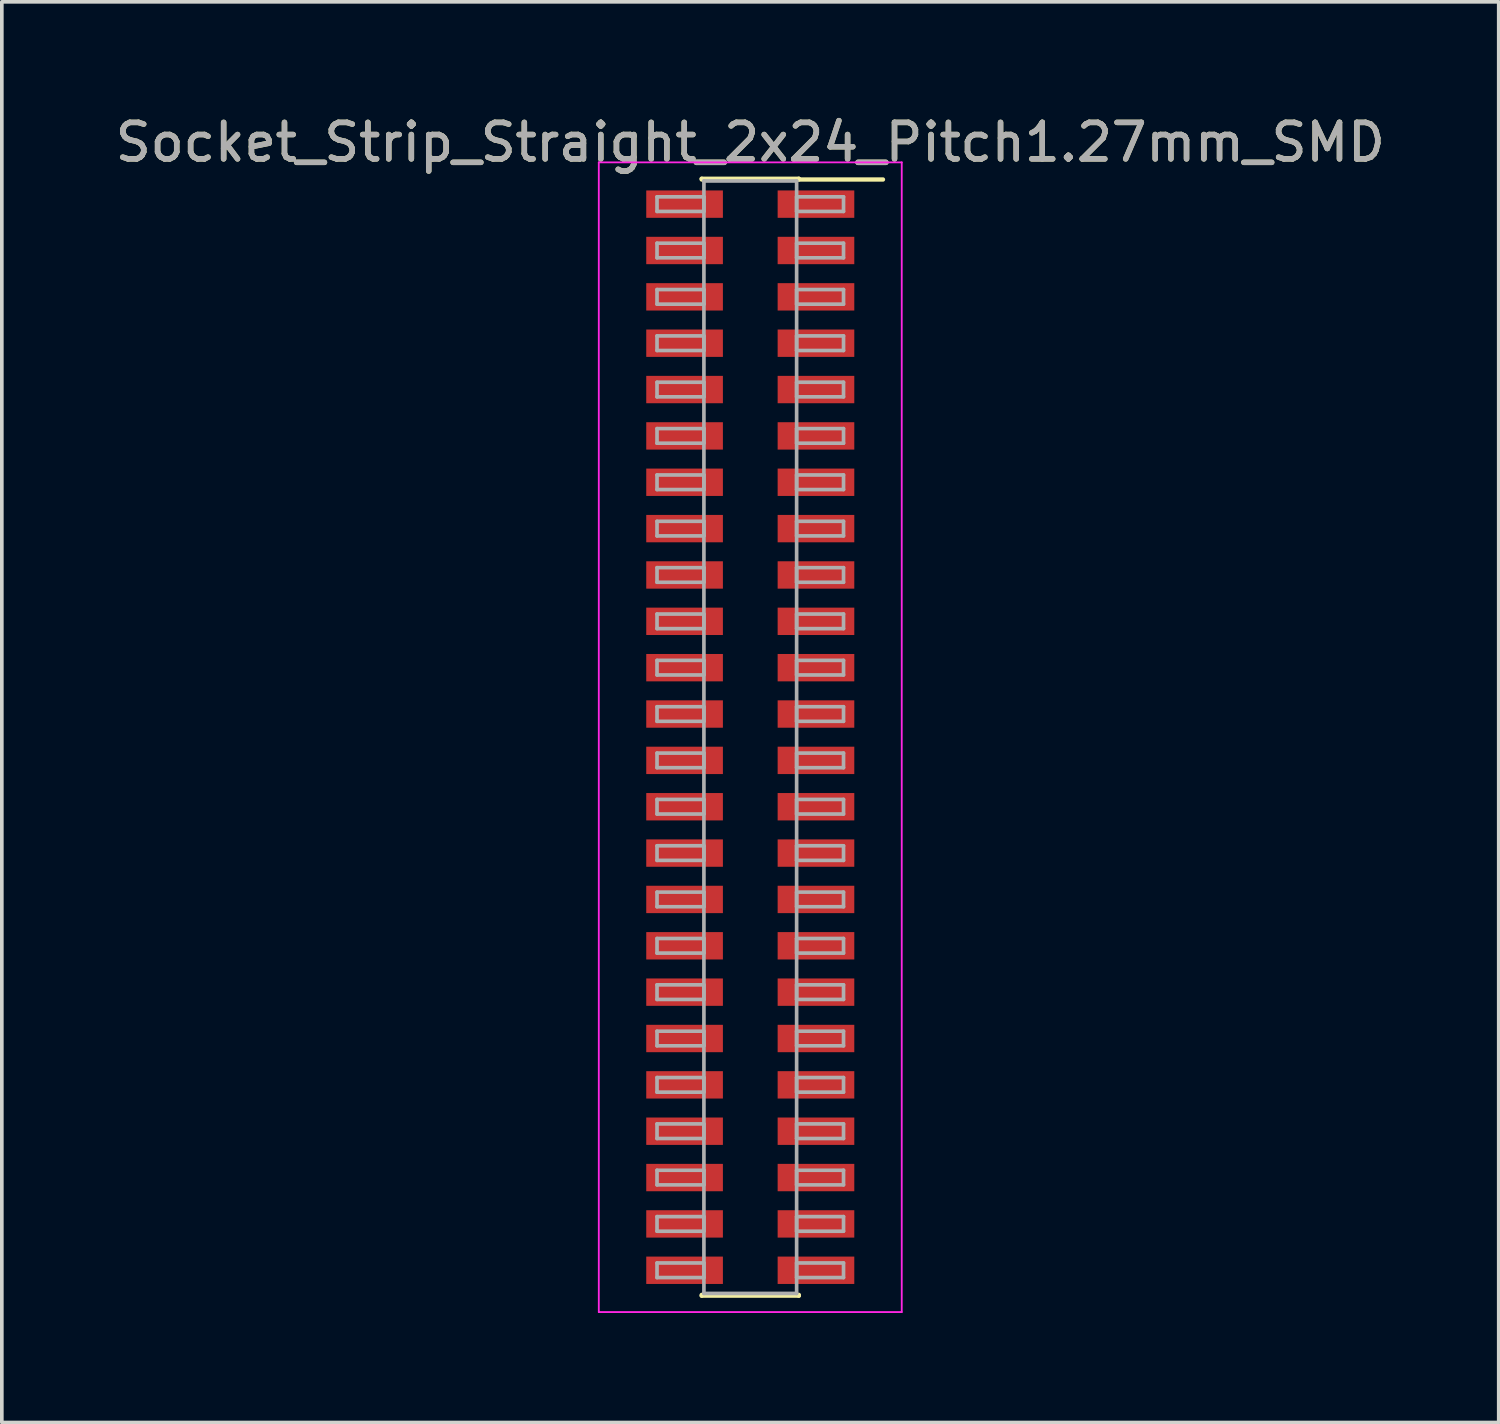
<source format=kicad_pcb>
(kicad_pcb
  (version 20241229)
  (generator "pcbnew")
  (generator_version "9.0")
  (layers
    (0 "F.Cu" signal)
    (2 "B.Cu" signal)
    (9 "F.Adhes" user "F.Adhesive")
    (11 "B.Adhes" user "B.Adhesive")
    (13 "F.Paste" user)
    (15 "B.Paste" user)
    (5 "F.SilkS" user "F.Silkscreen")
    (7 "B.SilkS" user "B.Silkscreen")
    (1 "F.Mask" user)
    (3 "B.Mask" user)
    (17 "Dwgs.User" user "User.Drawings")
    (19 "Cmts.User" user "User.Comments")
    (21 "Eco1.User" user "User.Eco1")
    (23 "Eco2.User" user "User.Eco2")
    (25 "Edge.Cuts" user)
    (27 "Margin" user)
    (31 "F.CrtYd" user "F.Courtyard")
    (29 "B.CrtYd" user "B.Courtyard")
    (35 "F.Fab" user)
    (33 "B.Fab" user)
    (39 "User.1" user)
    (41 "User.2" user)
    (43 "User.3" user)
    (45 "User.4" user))
  (footprint "Socket_Strip_Straight_2x24_Pitch1.27mm_SMD"
    (layer "F.Cu")
    (at 17.506 17.148)
    (property "Reference" "Socket_Strip_Straight_2x24_Pitch1.27mm_SMD" (at 0 -16.3 0) (layer "F.SilkS") (effects (font (size 1 1) (thickness 0.15))))
    (attr smd)
    (fp_line (start -1.33 -15.3) (end 1.33 -15.3) (stroke (width 0.12) (type solid)) (layer "F.SilkS"))
    (fp_line (start -1.33 -15.28) (end -1.33 -15.3) (stroke (width 0.12) (type solid)) (layer "F.SilkS"))
    (fp_line (start -1.33 15.28) (end -1.33 15.3) (stroke (width 0.12) (type solid)) (layer "F.SilkS"))
    (fp_line (start -1.33 15.3) (end 1.33 15.3) (stroke (width 0.12) (type solid)) (layer "F.SilkS"))
    (fp_line (start 1.33 -15.3) (end 1.33 -15.28) (stroke (width 0.12) (type solid)) (layer "F.SilkS"))
    (fp_line (start 1.33 15.3) (end 1.33 15.28) (stroke (width 0.12) (type solid)) (layer "F.SilkS"))
    (fp_line (start 3.635 -15.28) (end 1.33 -15.28) (stroke (width 0.12) (type solid)) (layer "F.SilkS"))
    (fp_line (start -4.15 -15.75) (end -4.15 15.75) (stroke (width 0.05) (type solid)) (layer "F.CrtYd"))
    (fp_line (start -4.15 15.75) (end 4.15 15.75) (stroke (width 0.05) (type solid)) (layer "F.CrtYd"))
    (fp_line (start 4.15 -15.75) (end -4.15 -15.75) (stroke (width 0.05) (type solid)) (layer "F.CrtYd"))
    (fp_line (start 4.15 15.75) (end 4.15 -15.75) (stroke (width 0.05) (type solid)) (layer "F.CrtYd"))
    (fp_line (start -2.555 -14.805) (end -1.27 -14.805) (stroke (width 0.1) (type solid)) (layer "F.Fab"))
    (fp_line (start -2.555 -14.405) (end -2.555 -14.805) (stroke (width 0.1) (type solid)) (layer "F.Fab"))
    (fp_line (start -2.555 -13.535) (end -1.27 -13.535) (stroke (width 0.1) (type solid)) (layer "F.Fab"))
    (fp_line (start -2.555 -13.135) (end -2.555 -13.535) (stroke (width 0.1) (type solid)) (layer "F.Fab"))
    (fp_line (start -2.555 -12.265) (end -1.27 -12.265) (stroke (width 0.1) (type solid)) (layer "F.Fab"))
    (fp_line (start -2.555 -11.865) (end -2.555 -12.265) (stroke (width 0.1) (type solid)) (layer "F.Fab"))
    (fp_line (start -2.555 -10.995) (end -1.27 -10.995) (stroke (width 0.1) (type solid)) (layer "F.Fab"))
    (fp_line (start -2.555 -10.595) (end -2.555 -10.995) (stroke (width 0.1) (type solid)) (layer "F.Fab"))
    (fp_line (start -2.555 -9.725) (end -1.27 -9.725) (stroke (width 0.1) (type solid)) (layer "F.Fab"))
    (fp_line (start -2.555 -9.325) (end -2.555 -9.725) (stroke (width 0.1) (type solid)) (layer "F.Fab"))
    (fp_line (start -2.555 -8.455) (end -1.27 -8.455) (stroke (width 0.1) (type solid)) (layer "F.Fab"))
    (fp_line (start -2.555 -8.055) (end -2.555 -8.455) (stroke (width 0.1) (type solid)) (layer "F.Fab"))
    (fp_line (start -2.555 -7.185) (end -1.27 -7.185) (stroke (width 0.1) (type solid)) (layer "F.Fab"))
    (fp_line (start -2.555 -6.785) (end -2.555 -7.185) (stroke (width 0.1) (type solid)) (layer "F.Fab"))
    (fp_line (start -2.555 -5.915) (end -1.27 -5.915) (stroke (width 0.1) (type solid)) (layer "F.Fab"))
    (fp_line (start -2.555 -5.515) (end -2.555 -5.915) (stroke (width 0.1) (type solid)) (layer "F.Fab"))
    (fp_line (start -2.555 -4.645) (end -1.27 -4.645) (stroke (width 0.1) (type solid)) (layer "F.Fab"))
    (fp_line (start -2.555 -4.245) (end -2.555 -4.645) (stroke (width 0.1) (type solid)) (layer "F.Fab"))
    (fp_line (start -2.555 -3.375) (end -1.27 -3.375) (stroke (width 0.1) (type solid)) (layer "F.Fab"))
    (fp_line (start -2.555 -2.975) (end -2.555 -3.375) (stroke (width 0.1) (type solid)) (layer "F.Fab"))
    (fp_line (start -2.555 -2.105) (end -1.27 -2.105) (stroke (width 0.1) (type solid)) (layer "F.Fab"))
    (fp_line (start -2.555 -1.705) (end -2.555 -2.105) (stroke (width 0.1) (type solid)) (layer "F.Fab"))
    (fp_line (start -2.555 -0.835) (end -1.27 -0.835) (stroke (width 0.1) (type solid)) (layer "F.Fab"))
    (fp_line (start -2.555 -0.435) (end -2.555 -0.835) (stroke (width 0.1) (type solid)) (layer "F.Fab"))
    (fp_line (start -2.555 0.435) (end -1.27 0.435) (stroke (width 0.1) (type solid)) (layer "F.Fab"))
    (fp_line (start -2.555 0.835) (end -2.555 0.435) (stroke (width 0.1) (type solid)) (layer "F.Fab"))
    (fp_line (start -2.555 1.705) (end -1.27 1.705) (stroke (width 0.1) (type solid)) (layer "F.Fab"))
    (fp_line (start -2.555 2.105) (end -2.555 1.705) (stroke (width 0.1) (type solid)) (layer "F.Fab"))
    (fp_line (start -2.555 2.975) (end -1.27 2.975) (stroke (width 0.1) (type solid)) (layer "F.Fab"))
    (fp_line (start -2.555 3.375) (end -2.555 2.975) (stroke (width 0.1) (type solid)) (layer "F.Fab"))
    (fp_line (start -2.555 4.245) (end -1.27 4.245) (stroke (width 0.1) (type solid)) (layer "F.Fab"))
    (fp_line (start -2.555 4.645) (end -2.555 4.245) (stroke (width 0.1) (type solid)) (layer "F.Fab"))
    (fp_line (start -2.555 5.515) (end -1.27 5.515) (stroke (width 0.1) (type solid)) (layer "F.Fab"))
    (fp_line (start -2.555 5.915) (end -2.555 5.515) (stroke (width 0.1) (type solid)) (layer "F.Fab"))
    (fp_line (start -2.555 6.785) (end -1.27 6.785) (stroke (width 0.1) (type solid)) (layer "F.Fab"))
    (fp_line (start -2.555 7.185) (end -2.555 6.785) (stroke (width 0.1) (type solid)) (layer "F.Fab"))
    (fp_line (start -2.555 8.055) (end -1.27 8.055) (stroke (width 0.1) (type solid)) (layer "F.Fab"))
    (fp_line (start -2.555 8.455) (end -2.555 8.055) (stroke (width 0.1) (type solid)) (layer "F.Fab"))
    (fp_line (start -2.555 9.325) (end -1.27 9.325) (stroke (width 0.1) (type solid)) (layer "F.Fab"))
    (fp_line (start -2.555 9.725) (end -2.555 9.325) (stroke (width 0.1) (type solid)) (layer "F.Fab"))
    (fp_line (start -2.555 10.595) (end -1.27 10.595) (stroke (width 0.1) (type solid)) (layer "F.Fab"))
    (fp_line (start -2.555 10.995) (end -2.555 10.595) (stroke (width 0.1) (type solid)) (layer "F.Fab"))
    (fp_line (start -2.555 11.865) (end -1.27 11.865) (stroke (width 0.1) (type solid)) (layer "F.Fab"))
    (fp_line (start -2.555 12.265) (end -2.555 11.865) (stroke (width 0.1) (type solid)) (layer "F.Fab"))
    (fp_line (start -2.555 13.135) (end -1.27 13.135) (stroke (width 0.1) (type solid)) (layer "F.Fab"))
    (fp_line (start -2.555 13.535) (end -2.555 13.135) (stroke (width 0.1) (type solid)) (layer "F.Fab"))
    (fp_line (start -2.555 14.405) (end -1.27 14.405) (stroke (width 0.1) (type solid)) (layer "F.Fab"))
    (fp_line (start -2.555 14.805) (end -2.555 14.405) (stroke (width 0.1) (type solid)) (layer "F.Fab"))
    (fp_line (start -1.27 -15.24) (end -1.27 15.24) (stroke (width 0.1) (type solid)) (layer "F.Fab"))
    (fp_line (start -1.27 -14.805) (end -1.27 -14.405) (stroke (width 0.1) (type solid)) (layer "F.Fab"))
    (fp_line (start -1.27 -14.405) (end -2.555 -14.405) (stroke (width 0.1) (type solid)) (layer "F.Fab"))
    (fp_line (start -1.27 -13.535) (end -1.27 -13.135) (stroke (width 0.1) (type solid)) (layer "F.Fab"))
    (fp_line (start -1.27 -13.135) (end -2.555 -13.135) (stroke (width 0.1) (type solid)) (layer "F.Fab"))
    (fp_line (start -1.27 -12.265) (end -1.27 -11.865) (stroke (width 0.1) (type solid)) (layer "F.Fab"))
    (fp_line (start -1.27 -11.865) (end -2.555 -11.865) (stroke (width 0.1) (type solid)) (layer "F.Fab"))
    (fp_line (start -1.27 -10.995) (end -1.27 -10.595) (stroke (width 0.1) (type solid)) (layer "F.Fab"))
    (fp_line (start -1.27 -10.595) (end -2.555 -10.595) (stroke (width 0.1) (type solid)) (layer "F.Fab"))
    (fp_line (start -1.27 -9.725) (end -1.27 -9.325) (stroke (width 0.1) (type solid)) (layer "F.Fab"))
    (fp_line (start -1.27 -9.325) (end -2.555 -9.325) (stroke (width 0.1) (type solid)) (layer "F.Fab"))
    (fp_line (start -1.27 -8.455) (end -1.27 -8.055) (stroke (width 0.1) (type solid)) (layer "F.Fab"))
    (fp_line (start -1.27 -8.055) (end -2.555 -8.055) (stroke (width 0.1) (type solid)) (layer "F.Fab"))
    (fp_line (start -1.27 -7.185) (end -1.27 -6.785) (stroke (width 0.1) (type solid)) (layer "F.Fab"))
    (fp_line (start -1.27 -6.785) (end -2.555 -6.785) (stroke (width 0.1) (type solid)) (layer "F.Fab"))
    (fp_line (start -1.27 -5.915) (end -1.27 -5.515) (stroke (width 0.1) (type solid)) (layer "F.Fab"))
    (fp_line (start -1.27 -5.515) (end -2.555 -5.515) (stroke (width 0.1) (type solid)) (layer "F.Fab"))
    (fp_line (start -1.27 -4.645) (end -1.27 -4.245) (stroke (width 0.1) (type solid)) (layer "F.Fab"))
    (fp_line (start -1.27 -4.245) (end -2.555 -4.245) (stroke (width 0.1) (type solid)) (layer "F.Fab"))
    (fp_line (start -1.27 -3.375) (end -1.27 -2.975) (stroke (width 0.1) (type solid)) (layer "F.Fab"))
    (fp_line (start -1.27 -2.975) (end -2.555 -2.975) (stroke (width 0.1) (type solid)) (layer "F.Fab"))
    (fp_line (start -1.27 -2.105) (end -1.27 -1.705) (stroke (width 0.1) (type solid)) (layer "F.Fab"))
    (fp_line (start -1.27 -1.705) (end -2.555 -1.705) (stroke (width 0.1) (type solid)) (layer "F.Fab"))
    (fp_line (start -1.27 -0.835) (end -1.27 -0.435) (stroke (width 0.1) (type solid)) (layer "F.Fab"))
    (fp_line (start -1.27 -0.435) (end -2.555 -0.435) (stroke (width 0.1) (type solid)) (layer "F.Fab"))
    (fp_line (start -1.27 0.435) (end -1.27 0.835) (stroke (width 0.1) (type solid)) (layer "F.Fab"))
    (fp_line (start -1.27 0.835) (end -2.555 0.835) (stroke (width 0.1) (type solid)) (layer "F.Fab"))
    (fp_line (start -1.27 1.705) (end -1.27 2.105) (stroke (width 0.1) (type solid)) (layer "F.Fab"))
    (fp_line (start -1.27 2.105) (end -2.555 2.105) (stroke (width 0.1) (type solid)) (layer "F.Fab"))
    (fp_line (start -1.27 2.975) (end -1.27 3.375) (stroke (width 0.1) (type solid)) (layer "F.Fab"))
    (fp_line (start -1.27 3.375) (end -2.555 3.375) (stroke (width 0.1) (type solid)) (layer "F.Fab"))
    (fp_line (start -1.27 4.245) (end -1.27 4.645) (stroke (width 0.1) (type solid)) (layer "F.Fab"))
    (fp_line (start -1.27 4.645) (end -2.555 4.645) (stroke (width 0.1) (type solid)) (layer "F.Fab"))
    (fp_line (start -1.27 5.515) (end -1.27 5.915) (stroke (width 0.1) (type solid)) (layer "F.Fab"))
    (fp_line (start -1.27 5.915) (end -2.555 5.915) (stroke (width 0.1) (type solid)) (layer "F.Fab"))
    (fp_line (start -1.27 6.785) (end -1.27 7.185) (stroke (width 0.1) (type solid)) (layer "F.Fab"))
    (fp_line (start -1.27 7.185) (end -2.555 7.185) (stroke (width 0.1) (type solid)) (layer "F.Fab"))
    (fp_line (start -1.27 8.055) (end -1.27 8.455) (stroke (width 0.1) (type solid)) (layer "F.Fab"))
    (fp_line (start -1.27 8.455) (end -2.555 8.455) (stroke (width 0.1) (type solid)) (layer "F.Fab"))
    (fp_line (start -1.27 9.325) (end -1.27 9.725) (stroke (width 0.1) (type solid)) (layer "F.Fab"))
    (fp_line (start -1.27 9.725) (end -2.555 9.725) (stroke (width 0.1) (type solid)) (layer "F.Fab"))
    (fp_line (start -1.27 10.595) (end -1.27 10.995) (stroke (width 0.1) (type solid)) (layer "F.Fab"))
    (fp_line (start -1.27 10.995) (end -2.555 10.995) (stroke (width 0.1) (type solid)) (layer "F.Fab"))
    (fp_line (start -1.27 11.865) (end -1.27 12.265) (stroke (width 0.1) (type solid)) (layer "F.Fab"))
    (fp_line (start -1.27 12.265) (end -2.555 12.265) (stroke (width 0.1) (type solid)) (layer "F.Fab"))
    (fp_line (start -1.27 13.135) (end -1.27 13.535) (stroke (width 0.1) (type solid)) (layer "F.Fab"))
    (fp_line (start -1.27 13.535) (end -2.555 13.535) (stroke (width 0.1) (type solid)) (layer "F.Fab"))
    (fp_line (start -1.27 14.405) (end -1.27 14.805) (stroke (width 0.1) (type solid)) (layer "F.Fab"))
    (fp_line (start -1.27 14.805) (end -2.555 14.805) (stroke (width 0.1) (type solid)) (layer "F.Fab"))
    (fp_line (start -1.27 15.24) (end 1.27 15.24) (stroke (width 0.1) (type solid)) (layer "F.Fab"))
    (fp_line (start 1.27 -15.24) (end -1.27 -15.24) (stroke (width 0.1) (type solid)) (layer "F.Fab"))
    (fp_line (start 1.27 -14.805) (end 1.27 -14.405) (stroke (width 0.1) (type solid)) (layer "F.Fab"))
    (fp_line (start 1.27 -14.405) (end 2.555 -14.405) (stroke (width 0.1) (type solid)) (layer "F.Fab"))
    (fp_line (start 1.27 -13.535) (end 1.27 -13.135) (stroke (width 0.1) (type solid)) (layer "F.Fab"))
    (fp_line (start 1.27 -13.135) (end 2.555 -13.135) (stroke (width 0.1) (type solid)) (layer "F.Fab"))
    (fp_line (start 1.27 -12.265) (end 1.27 -11.865) (stroke (width 0.1) (type solid)) (layer "F.Fab"))
    (fp_line (start 1.27 -11.865) (end 2.555 -11.865) (stroke (width 0.1) (type solid)) (layer "F.Fab"))
    (fp_line (start 1.27 -10.995) (end 1.27 -10.595) (stroke (width 0.1) (type solid)) (layer "F.Fab"))
    (fp_line (start 1.27 -10.595) (end 2.555 -10.595) (stroke (width 0.1) (type solid)) (layer "F.Fab"))
    (fp_line (start 1.27 -9.725) (end 1.27 -9.325) (stroke (width 0.1) (type solid)) (layer "F.Fab"))
    (fp_line (start 1.27 -9.325) (end 2.555 -9.325) (stroke (width 0.1) (type solid)) (layer "F.Fab"))
    (fp_line (start 1.27 -8.455) (end 1.27 -8.055) (stroke (width 0.1) (type solid)) (layer "F.Fab"))
    (fp_line (start 1.27 -8.055) (end 2.555 -8.055) (stroke (width 0.1) (type solid)) (layer "F.Fab"))
    (fp_line (start 1.27 -7.185) (end 1.27 -6.785) (stroke (width 0.1) (type solid)) (layer "F.Fab"))
    (fp_line (start 1.27 -6.785) (end 2.555 -6.785) (stroke (width 0.1) (type solid)) (layer "F.Fab"))
    (fp_line (start 1.27 -5.915) (end 1.27 -5.515) (stroke (width 0.1) (type solid)) (layer "F.Fab"))
    (fp_line (start 1.27 -5.515) (end 2.555 -5.515) (stroke (width 0.1) (type solid)) (layer "F.Fab"))
    (fp_line (start 1.27 -4.645) (end 1.27 -4.245) (stroke (width 0.1) (type solid)) (layer "F.Fab"))
    (fp_line (start 1.27 -4.245) (end 2.555 -4.245) (stroke (width 0.1) (type solid)) (layer "F.Fab"))
    (fp_line (start 1.27 -3.375) (end 1.27 -2.975) (stroke (width 0.1) (type solid)) (layer "F.Fab"))
    (fp_line (start 1.27 -2.975) (end 2.555 -2.975) (stroke (width 0.1) (type solid)) (layer "F.Fab"))
    (fp_line (start 1.27 -2.105) (end 1.27 -1.705) (stroke (width 0.1) (type solid)) (layer "F.Fab"))
    (fp_line (start 1.27 -1.705) (end 2.555 -1.705) (stroke (width 0.1) (type solid)) (layer "F.Fab"))
    (fp_line (start 1.27 -0.835) (end 1.27 -0.435) (stroke (width 0.1) (type solid)) (layer "F.Fab"))
    (fp_line (start 1.27 -0.435) (end 2.555 -0.435) (stroke (width 0.1) (type solid)) (layer "F.Fab"))
    (fp_line (start 1.27 0.435) (end 1.27 0.835) (stroke (width 0.1) (type solid)) (layer "F.Fab"))
    (fp_line (start 1.27 0.835) (end 2.555 0.835) (stroke (width 0.1) (type solid)) (layer "F.Fab"))
    (fp_line (start 1.27 1.705) (end 1.27 2.105) (stroke (width 0.1) (type solid)) (layer "F.Fab"))
    (fp_line (start 1.27 2.105) (end 2.555 2.105) (stroke (width 0.1) (type solid)) (layer "F.Fab"))
    (fp_line (start 1.27 2.975) (end 1.27 3.375) (stroke (width 0.1) (type solid)) (layer "F.Fab"))
    (fp_line (start 1.27 3.375) (end 2.555 3.375) (stroke (width 0.1) (type solid)) (layer "F.Fab"))
    (fp_line (start 1.27 4.245) (end 1.27 4.645) (stroke (width 0.1) (type solid)) (layer "F.Fab"))
    (fp_line (start 1.27 4.645) (end 2.555 4.645) (stroke (width 0.1) (type solid)) (layer "F.Fab"))
    (fp_line (start 1.27 5.515) (end 1.27 5.915) (stroke (width 0.1) (type solid)) (layer "F.Fab"))
    (fp_line (start 1.27 5.915) (end 2.555 5.915) (stroke (width 0.1) (type solid)) (layer "F.Fab"))
    (fp_line (start 1.27 6.785) (end 1.27 7.185) (stroke (width 0.1) (type solid)) (layer "F.Fab"))
    (fp_line (start 1.27 7.185) (end 2.555 7.185) (stroke (width 0.1) (type solid)) (layer "F.Fab"))
    (fp_line (start 1.27 8.055) (end 1.27 8.455) (stroke (width 0.1) (type solid)) (layer "F.Fab"))
    (fp_line (start 1.27 8.455) (end 2.555 8.455) (stroke (width 0.1) (type solid)) (layer "F.Fab"))
    (fp_line (start 1.27 9.325) (end 1.27 9.725) (stroke (width 0.1) (type solid)) (layer "F.Fab"))
    (fp_line (start 1.27 9.725) (end 2.555 9.725) (stroke (width 0.1) (type solid)) (layer "F.Fab"))
    (fp_line (start 1.27 10.595) (end 1.27 10.995) (stroke (width 0.1) (type solid)) (layer "F.Fab"))
    (fp_line (start 1.27 10.995) (end 2.555 10.995) (stroke (width 0.1) (type solid)) (layer "F.Fab"))
    (fp_line (start 1.27 11.865) (end 1.27 12.265) (stroke (width 0.1) (type solid)) (layer "F.Fab"))
    (fp_line (start 1.27 12.265) (end 2.555 12.265) (stroke (width 0.1) (type solid)) (layer "F.Fab"))
    (fp_line (start 1.27 13.135) (end 1.27 13.535) (stroke (width 0.1) (type solid)) (layer "F.Fab"))
    (fp_line (start 1.27 13.535) (end 2.555 13.535) (stroke (width 0.1) (type solid)) (layer "F.Fab"))
    (fp_line (start 1.27 14.405) (end 1.27 14.805) (stroke (width 0.1) (type solid)) (layer "F.Fab"))
    (fp_line (start 1.27 14.805) (end 2.555 14.805) (stroke (width 0.1) (type solid)) (layer "F.Fab"))
    (fp_line (start 1.27 15.24) (end 1.27 -15.24) (stroke (width 0.1) (type solid)) (layer "F.Fab"))
    (fp_line (start 2.555 -14.805) (end 1.27 -14.805) (stroke (width 0.1) (type solid)) (layer "F.Fab"))
    (fp_line (start 2.555 -14.405) (end 2.555 -14.805) (stroke (width 0.1) (type solid)) (layer "F.Fab"))
    (fp_line (start 2.555 -13.535) (end 1.27 -13.535) (stroke (width 0.1) (type solid)) (layer "F.Fab"))
    (fp_line (start 2.555 -13.135) (end 2.555 -13.535) (stroke (width 0.1) (type solid)) (layer "F.Fab"))
    (fp_line (start 2.555 -12.265) (end 1.27 -12.265) (stroke (width 0.1) (type solid)) (layer "F.Fab"))
    (fp_line (start 2.555 -11.865) (end 2.555 -12.265) (stroke (width 0.1) (type solid)) (layer "F.Fab"))
    (fp_line (start 2.555 -10.995) (end 1.27 -10.995) (stroke (width 0.1) (type solid)) (layer "F.Fab"))
    (fp_line (start 2.555 -10.595) (end 2.555 -10.995) (stroke (width 0.1) (type solid)) (layer "F.Fab"))
    (fp_line (start 2.555 -9.725) (end 1.27 -9.725) (stroke (width 0.1) (type solid)) (layer "F.Fab"))
    (fp_line (start 2.555 -9.325) (end 2.555 -9.725) (stroke (width 0.1) (type solid)) (layer "F.Fab"))
    (fp_line (start 2.555 -8.455) (end 1.27 -8.455) (stroke (width 0.1) (type solid)) (layer "F.Fab"))
    (fp_line (start 2.555 -8.055) (end 2.555 -8.455) (stroke (width 0.1) (type solid)) (layer "F.Fab"))
    (fp_line (start 2.555 -7.185) (end 1.27 -7.185) (stroke (width 0.1) (type solid)) (layer "F.Fab"))
    (fp_line (start 2.555 -6.785) (end 2.555 -7.185) (stroke (width 0.1) (type solid)) (layer "F.Fab"))
    (fp_line (start 2.555 -5.915) (end 1.27 -5.915) (stroke (width 0.1) (type solid)) (layer "F.Fab"))
    (fp_line (start 2.555 -5.515) (end 2.555 -5.915) (stroke (width 0.1) (type solid)) (layer "F.Fab"))
    (fp_line (start 2.555 -4.645) (end 1.27 -4.645) (stroke (width 0.1) (type solid)) (layer "F.Fab"))
    (fp_line (start 2.555 -4.245) (end 2.555 -4.645) (stroke (width 0.1) (type solid)) (layer "F.Fab"))
    (fp_line (start 2.555 -3.375) (end 1.27 -3.375) (stroke (width 0.1) (type solid)) (layer "F.Fab"))
    (fp_line (start 2.555 -2.975) (end 2.555 -3.375) (stroke (width 0.1) (type solid)) (layer "F.Fab"))
    (fp_line (start 2.555 -2.105) (end 1.27 -2.105) (stroke (width 0.1) (type solid)) (layer "F.Fab"))
    (fp_line (start 2.555 -1.705) (end 2.555 -2.105) (stroke (width 0.1) (type solid)) (layer "F.Fab"))
    (fp_line (start 2.555 -0.835) (end 1.27 -0.835) (stroke (width 0.1) (type solid)) (layer "F.Fab"))
    (fp_line (start 2.555 -0.435) (end 2.555 -0.835) (stroke (width 0.1) (type solid)) (layer "F.Fab"))
    (fp_line (start 2.555 0.435) (end 1.27 0.435) (stroke (width 0.1) (type solid)) (layer "F.Fab"))
    (fp_line (start 2.555 0.835) (end 2.555 0.435) (stroke (width 0.1) (type solid)) (layer "F.Fab"))
    (fp_line (start 2.555 1.705) (end 1.27 1.705) (stroke (width 0.1) (type solid)) (layer "F.Fab"))
    (fp_line (start 2.555 2.105) (end 2.555 1.705) (stroke (width 0.1) (type solid)) (layer "F.Fab"))
    (fp_line (start 2.555 2.975) (end 1.27 2.975) (stroke (width 0.1) (type solid)) (layer "F.Fab"))
    (fp_line (start 2.555 3.375) (end 2.555 2.975) (stroke (width 0.1) (type solid)) (layer "F.Fab"))
    (fp_line (start 2.555 4.245) (end 1.27 4.245) (stroke (width 0.1) (type solid)) (layer "F.Fab"))
    (fp_line (start 2.555 4.645) (end 2.555 4.245) (stroke (width 0.1) (type solid)) (layer "F.Fab"))
    (fp_line (start 2.555 5.515) (end 1.27 5.515) (stroke (width 0.1) (type solid)) (layer "F.Fab"))
    (fp_line (start 2.555 5.915) (end 2.555 5.515) (stroke (width 0.1) (type solid)) (layer "F.Fab"))
    (fp_line (start 2.555 6.785) (end 1.27 6.785) (stroke (width 0.1) (type solid)) (layer "F.Fab"))
    (fp_line (start 2.555 7.185) (end 2.555 6.785) (stroke (width 0.1) (type solid)) (layer "F.Fab"))
    (fp_line (start 2.555 8.055) (end 1.27 8.055) (stroke (width 0.1) (type solid)) (layer "F.Fab"))
    (fp_line (start 2.555 8.455) (end 2.555 8.055) (stroke (width 0.1) (type solid)) (layer "F.Fab"))
    (fp_line (start 2.555 9.325) (end 1.27 9.325) (stroke (width 0.1) (type solid)) (layer "F.Fab"))
    (fp_line (start 2.555 9.725) (end 2.555 9.325) (stroke (width 0.1) (type solid)) (layer "F.Fab"))
    (fp_line (start 2.555 10.595) (end 1.27 10.595) (stroke (width 0.1) (type solid)) (layer "F.Fab"))
    (fp_line (start 2.555 10.995) (end 2.555 10.595) (stroke (width 0.1) (type solid)) (layer "F.Fab"))
    (fp_line (start 2.555 11.865) (end 1.27 11.865) (stroke (width 0.1) (type solid)) (layer "F.Fab"))
    (fp_line (start 2.555 12.265) (end 2.555 11.865) (stroke (width 0.1) (type solid)) (layer "F.Fab"))
    (fp_line (start 2.555 13.135) (end 1.27 13.135) (stroke (width 0.1) (type solid)) (layer "F.Fab"))
    (fp_line (start 2.555 13.535) (end 2.555 13.135) (stroke (width 0.1) (type solid)) (layer "F.Fab"))
    (fp_line (start 2.555 14.405) (end 1.27 14.405) (stroke (width 0.1) (type solid)) (layer "F.Fab"))
    (fp_line (start 2.555 14.805) (end 2.555 14.405) (stroke (width 0.1) (type solid)) (layer "F.Fab"))
    (fp_text user "${REFERENCE}" (at 0 -16.3 0) (layer "F.Fab") (effects (font (size 1 1) (thickness 0.15))))
    (pad "1" smd rect (at 1.8 -14.605) (size 2.1 0.75) (layers "F.Cu" "F.Mask" "F.Paste"))
    (pad "2" smd rect (at -1.8 -14.605) (size 2.1 0.75) (layers "F.Cu" "F.Mask" "F.Paste"))
    (pad "3" smd rect (at 1.8 -13.335) (size 2.1 0.75) (layers "F.Cu" "F.Mask" "F.Paste"))
    (pad "4" smd rect (at -1.8 -13.335) (size 2.1 0.75) (layers "F.Cu" "F.Mask" "F.Paste"))
    (pad "5" smd rect (at 1.8 -12.065) (size 2.1 0.75) (layers "F.Cu" "F.Mask" "F.Paste"))
    (pad "6" smd rect (at -1.8 -12.065) (size 2.1 0.75) (layers "F.Cu" "F.Mask" "F.Paste"))
    (pad "7" smd rect (at 1.8 -10.795) (size 2.1 0.75) (layers "F.Cu" "F.Mask" "F.Paste"))
    (pad "8" smd rect (at -1.8 -10.795) (size 2.1 0.75) (layers "F.Cu" "F.Mask" "F.Paste"))
    (pad "9" smd rect (at 1.8 -9.525) (size 2.1 0.75) (layers "F.Cu" "F.Mask" "F.Paste"))
    (pad "10" smd rect (at -1.8 -9.525) (size 2.1 0.75) (layers "F.Cu" "F.Mask" "F.Paste"))
    (pad "11" smd rect (at 1.8 -8.255) (size 2.1 0.75) (layers "F.Cu" "F.Mask" "F.Paste"))
    (pad "12" smd rect (at -1.8 -8.255) (size 2.1 0.75) (layers "F.Cu" "F.Mask" "F.Paste"))
    (pad "13" smd rect (at 1.8 -6.985) (size 2.1 0.75) (layers "F.Cu" "F.Mask" "F.Paste"))
    (pad "14" smd rect (at -1.8 -6.985) (size 2.1 0.75) (layers "F.Cu" "F.Mask" "F.Paste"))
    (pad "15" smd rect (at 1.8 -5.715) (size 2.1 0.75) (layers "F.Cu" "F.Mask" "F.Paste"))
    (pad "16" smd rect (at -1.8 -5.715) (size 2.1 0.75) (layers "F.Cu" "F.Mask" "F.Paste"))
    (pad "17" smd rect (at 1.8 -4.445) (size 2.1 0.75) (layers "F.Cu" "F.Mask" "F.Paste"))
    (pad "18" smd rect (at -1.8 -4.445) (size 2.1 0.75) (layers "F.Cu" "F.Mask" "F.Paste"))
    (pad "19" smd rect (at 1.8 -3.175) (size 2.1 0.75) (layers "F.Cu" "F.Mask" "F.Paste"))
    (pad "20" smd rect (at -1.8 -3.175) (size 2.1 0.75) (layers "F.Cu" "F.Mask" "F.Paste"))
    (pad "21" smd rect (at 1.8 -1.905) (size 2.1 0.75) (layers "F.Cu" "F.Mask" "F.Paste"))
    (pad "22" smd rect (at -1.8 -1.905) (size 2.1 0.75) (layers "F.Cu" "F.Mask" "F.Paste"))
    (pad "23" smd rect (at 1.8 -0.635) (size 2.1 0.75) (layers "F.Cu" "F.Mask" "F.Paste"))
    (pad "24" smd rect (at -1.8 -0.635) (size 2.1 0.75) (layers "F.Cu" "F.Mask" "F.Paste"))
    (pad "25" smd rect (at 1.8 0.635) (size 2.1 0.75) (layers "F.Cu" "F.Mask" "F.Paste"))
    (pad "26" smd rect (at -1.8 0.635) (size 2.1 0.75) (layers "F.Cu" "F.Mask" "F.Paste"))
    (pad "27" smd rect (at 1.8 1.905) (size 2.1 0.75) (layers "F.Cu" "F.Mask" "F.Paste"))
    (pad "28" smd rect (at -1.8 1.905) (size 2.1 0.75) (layers "F.Cu" "F.Mask" "F.Paste"))
    (pad "29" smd rect (at 1.8 3.175) (size 2.1 0.75) (layers "F.Cu" "F.Mask" "F.Paste"))
    (pad "30" smd rect (at -1.8 3.175) (size 2.1 0.75) (layers "F.Cu" "F.Mask" "F.Paste"))
    (pad "31" smd rect (at 1.8 4.445) (size 2.1 0.75) (layers "F.Cu" "F.Mask" "F.Paste"))
    (pad "32" smd rect (at -1.8 4.445) (size 2.1 0.75) (layers "F.Cu" "F.Mask" "F.Paste"))
    (pad "33" smd rect (at 1.8 5.715) (size 2.1 0.75) (layers "F.Cu" "F.Mask" "F.Paste"))
    (pad "34" smd rect (at -1.8 5.715) (size 2.1 0.75) (layers "F.Cu" "F.Mask" "F.Paste"))
    (pad "35" smd rect (at 1.8 6.985) (size 2.1 0.75) (layers "F.Cu" "F.Mask" "F.Paste"))
    (pad "36" smd rect (at -1.8 6.985) (size 2.1 0.75) (layers "F.Cu" "F.Mask" "F.Paste"))
    (pad "37" smd rect (at 1.8 8.255) (size 2.1 0.75) (layers "F.Cu" "F.Mask" "F.Paste"))
    (pad "38" smd rect (at -1.8 8.255) (size 2.1 0.75) (layers "F.Cu" "F.Mask" "F.Paste"))
    (pad "39" smd rect (at 1.8 9.525) (size 2.1 0.75) (layers "F.Cu" "F.Mask" "F.Paste"))
    (pad "40" smd rect (at -1.8 9.525) (size 2.1 0.75) (layers "F.Cu" "F.Mask" "F.Paste"))
    (pad "41" smd rect (at 1.8 10.795) (size 2.1 0.75) (layers "F.Cu" "F.Mask" "F.Paste"))
    (pad "42" smd rect (at -1.8 10.795) (size 2.1 0.75) (layers "F.Cu" "F.Mask" "F.Paste"))
    (pad "43" smd rect (at 1.8 12.065) (size 2.1 0.75) (layers "F.Cu" "F.Mask" "F.Paste"))
    (pad "44" smd rect (at -1.8 12.065) (size 2.1 0.75) (layers "F.Cu" "F.Mask" "F.Paste"))
    (pad "45" smd rect (at 1.8 13.335) (size 2.1 0.75) (layers "F.Cu" "F.Mask" "F.Paste"))
    (pad "46" smd rect (at -1.8 13.335) (size 2.1 0.75) (layers "F.Cu" "F.Mask" "F.Paste"))
    (pad "47" smd rect (at 1.8 14.605) (size 2.1 0.75) (layers "F.Cu" "F.Mask" "F.Paste"))
    (pad "48" smd rect (at -1.8 14.605) (size 2.1 0.75) (layers "F.Cu" "F.Mask" "F.Paste")))
  (gr_rect
    (start -3 -3)
    (end 38.012 35.923)
    (stroke (width 0.1) (type default))
    (fill no)
    (layer "Edge.Cuts")))
</source>
